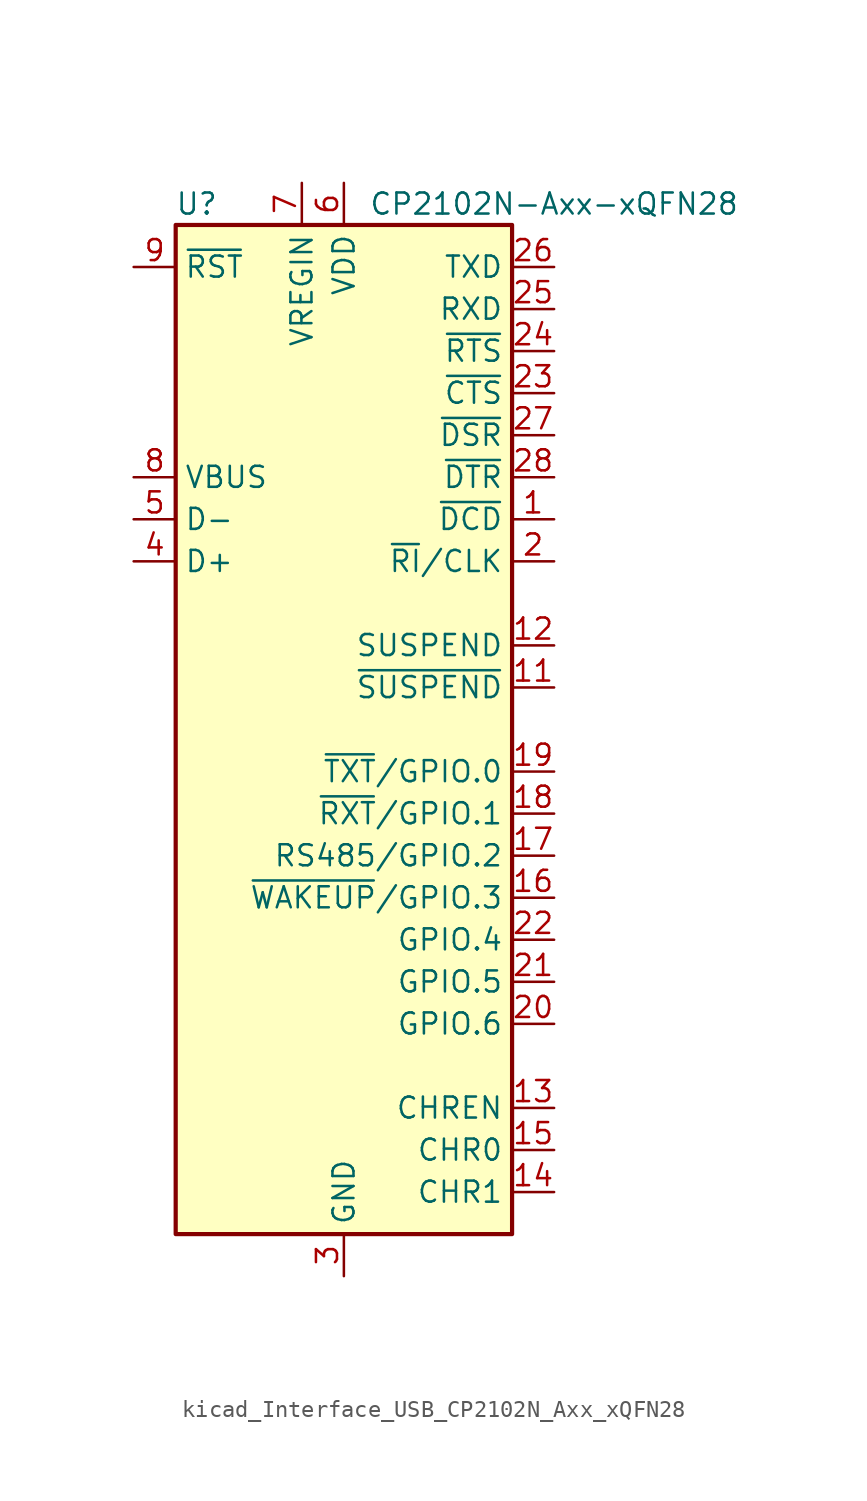
<source format=kicad_sym>
(kicad_symbol_lib
  (version 20220914)
  (generator kicad_symbol_editor)
  (symbol "kicad_Interface_USB_CP2102N_Axx_xQFN28"
    (property "Reference" "U"
      (at -8.89 31.75 0)
      (effects (font (size 1.27 1.27))))
    (property "Value" "CP2102N-Axx-xQFN28"
      (at 12.7 31.75 0)
      (effects (font (size 1.27 1.27))))
    (symbol "kicad_Interface_USB_CP2102N_Axx_xQFN28_0_1"
      (rectangle (start -10.16 30.48) (end 10.16 -30.48) (stroke (width 0.254) (type default)) (fill (type background))))
    (symbol "kicad_Interface_USB_CP2102N_Axx_xQFN28_1_1"
      (pin input line (at 12.7 12.7 180) (length 2.54) (name "~{DCD}" (effects (font (size 1.27 1.27)))) (number "1" (effects (font (size 1.27 1.27)))))
      (pin no_connect line (at -10.16 -27.94 0) (length 2.54) hide (name "NC" (effects (font (size 1.27 1.27)))) (number "10" (effects (font (size 1.27 1.27)))))
      (pin output line (at 12.7 2.54 180) (length 2.54) (name "~{SUSPEND}" (effects (font (size 1.27 1.27)))) (number "11" (effects (font (size 1.27 1.27)))))
      (pin output line (at 12.7 5.08 180) (length 2.54) (name "SUSPEND" (effects (font (size 1.27 1.27)))) (number "12" (effects (font (size 1.27 1.27)))))
      (pin output line (at 12.7 -22.86 180) (length 2.54) (name "CHREN" (effects (font (size 1.27 1.27)))) (number "13" (effects (font (size 1.27 1.27)))))
      (pin output line (at 12.7 -27.94 180) (length 2.54) (name "CHR1" (effects (font (size 1.27 1.27)))) (number "14" (effects (font (size 1.27 1.27)))))
      (pin output line (at 12.7 -25.4 180) (length 2.54) (name "CHR0" (effects (font (size 1.27 1.27)))) (number "15" (effects (font (size 1.27 1.27)))))
      (pin bidirectional line (at 12.7 -10.16 180) (length 2.54) (name "~{WAKEUP}/GPIO.3" (effects (font (size 1.27 1.27)))) (number "16" (effects (font (size 1.27 1.27)))))
      (pin bidirectional line (at 12.7 -7.62 180) (length 2.54) (name "RS485/GPIO.2" (effects (font (size 1.27 1.27)))) (number "17" (effects (font (size 1.27 1.27)))))
      (pin bidirectional line (at 12.7 -5.08 180) (length 2.54) (name "~{RXT}/GPIO.1" (effects (font (size 1.27 1.27)))) (number "18" (effects (font (size 1.27 1.27)))))
      (pin bidirectional line (at 12.7 -2.54 180) (length 2.54) (name "~{TXT}/GPIO.0" (effects (font (size 1.27 1.27)))) (number "19" (effects (font (size 1.27 1.27)))))
      (pin bidirectional line (at 12.7 10.16 180) (length 2.54) (name "~{RI}/CLK" (effects (font (size 1.27 1.27)))) (number "2" (effects (font (size 1.27 1.27)))))
      (pin bidirectional line (at 12.7 -17.78 180) (length 2.54) (name "GPIO.6" (effects (font (size 1.27 1.27)))) (number "20" (effects (font (size 1.27 1.27)))))
      (pin bidirectional line (at 12.7 -15.24 180) (length 2.54) (name "GPIO.5" (effects (font (size 1.27 1.27)))) (number "21" (effects (font (size 1.27 1.27)))))
      (pin bidirectional line (at 12.7 -12.7 180) (length 2.54) (name "GPIO.4" (effects (font (size 1.27 1.27)))) (number "22" (effects (font (size 1.27 1.27)))))
      (pin input line (at 12.7 20.32 180) (length 2.54) (name "~{CTS}" (effects (font (size 1.27 1.27)))) (number "23" (effects (font (size 1.27 1.27)))))
      (pin output line (at 12.7 22.86 180) (length 2.54) (name "~{RTS}" (effects (font (size 1.27 1.27)))) (number "24" (effects (font (size 1.27 1.27)))))
      (pin input line (at 12.7 25.4 180) (length 2.54) (name "RXD" (effects (font (size 1.27 1.27)))) (number "25" (effects (font (size 1.27 1.27)))))
      (pin output line (at 12.7 27.94 180) (length 2.54) (name "TXD" (effects (font (size 1.27 1.27)))) (number "26" (effects (font (size 1.27 1.27)))))
      (pin input line (at 12.7 17.78 180) (length 2.54) (name "~{DSR}" (effects (font (size 1.27 1.27)))) (number "27" (effects (font (size 1.27 1.27)))))
      (pin output line (at 12.7 15.24 180) (length 2.54) (name "~{DTR}" (effects (font (size 1.27 1.27)))) (number "28" (effects (font (size 1.27 1.27)))))
      (pin passive line (at 0 -33.02 90) (length 2.54) hide (name "GND" (effects (font (size 1.27 1.27)))) (number "29" (effects (font (size 1.27 1.27)))))
      (pin power_in line (at 0 -33.02 90) (length 2.54) (name "GND" (effects (font (size 1.27 1.27)))) (number "3" (effects (font (size 1.27 1.27)))))
      (pin bidirectional line (at -12.7 10.16 0) (length 2.54) (name "D+" (effects (font (size 1.27 1.27)))) (number "4" (effects (font (size 1.27 1.27)))))
      (pin bidirectional line (at -12.7 12.7 0) (length 2.54) (name "D-" (effects (font (size 1.27 1.27)))) (number "5" (effects (font (size 1.27 1.27)))))
      (pin power_in line (at 0 33.02 270) (length 2.54) (name "VDD" (effects (font (size 1.27 1.27)))) (number "6" (effects (font (size 1.27 1.27)))))
      (pin power_in line (at -2.54 33.02 270) (length 2.54) (name "VREGIN" (effects (font (size 1.27 1.27)))) (number "7" (effects (font (size 1.27 1.27)))))
      (pin input line (at -12.7 15.24 0) (length 2.54) (name "VBUS" (effects (font (size 1.27 1.27)))) (number "8" (effects (font (size 1.27 1.27)))))
      (pin input line (at -12.7 27.94 0) (length 2.54) (name "~{RST}" (effects (font (size 1.27 1.27)))) (number "9" (effects (font (size 1.27 1.27))))))))
</source>
